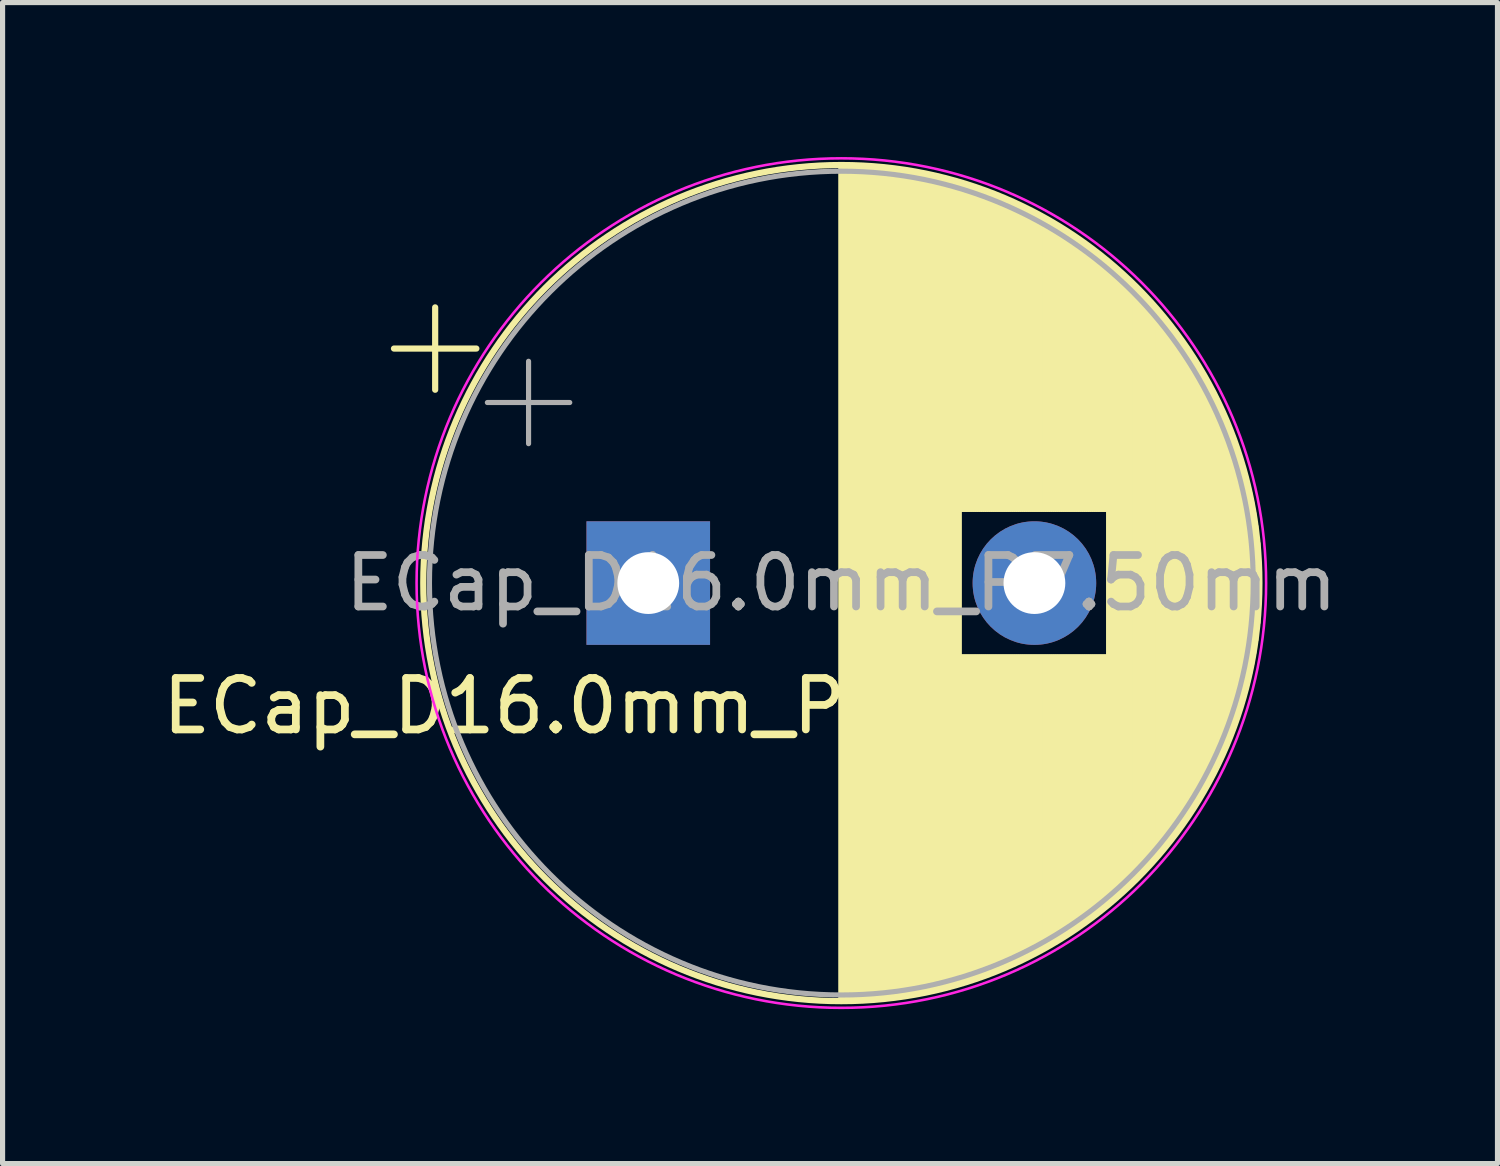
<source format=kicad_pcb>
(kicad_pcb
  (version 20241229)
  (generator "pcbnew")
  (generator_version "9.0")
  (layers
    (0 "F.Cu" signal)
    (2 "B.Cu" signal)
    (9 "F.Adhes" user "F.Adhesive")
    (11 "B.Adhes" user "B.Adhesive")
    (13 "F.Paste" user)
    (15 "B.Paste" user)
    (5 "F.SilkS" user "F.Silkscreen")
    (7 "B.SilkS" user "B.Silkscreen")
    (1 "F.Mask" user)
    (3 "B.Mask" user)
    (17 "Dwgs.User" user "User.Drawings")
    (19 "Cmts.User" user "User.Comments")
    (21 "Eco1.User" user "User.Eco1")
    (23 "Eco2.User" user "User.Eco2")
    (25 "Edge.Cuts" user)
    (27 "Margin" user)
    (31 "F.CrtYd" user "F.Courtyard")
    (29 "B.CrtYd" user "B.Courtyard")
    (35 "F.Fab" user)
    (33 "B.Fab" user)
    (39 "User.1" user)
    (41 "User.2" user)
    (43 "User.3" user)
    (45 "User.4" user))
  (footprint "ECap_D16.0mm_P7.50mm"
    (layer "F.Cu")
    (at 9.541 8.275)
    (property "Reference" "ECap_D16.0mm_P7.50mm" (at 0.203 2.388 0) (layer "F.SilkS") (effects (font (size 1 1) (thickness 0.15))))
    (attr through_hole)
    (fp_line (start -4.939 -4.555) (end -3.339 -4.555) (stroke (width 0.12) (type solid)) (layer "F.SilkS"))
    (fp_line (start -4.139 -5.355) (end -4.139 -3.755) (stroke (width 0.12) (type solid)) (layer "F.SilkS"))
    (fp_line (start 3.75 -8.081) (end 3.75 8.081) (stroke (width 0.12) (type solid)) (layer "F.SilkS"))
    (fp_line (start 3.79 -8.08) (end 3.79 8.08) (stroke (width 0.12) (type solid)) (layer "F.SilkS"))
    (fp_line (start 3.83 -8.08) (end 3.83 8.08) (stroke (width 0.12) (type solid)) (layer "F.SilkS"))
    (fp_line (start 3.87 -8.08) (end 3.87 8.08) (stroke (width 0.12) (type solid)) (layer "F.SilkS"))
    (fp_line (start 3.91 -8.079) (end 3.91 8.079) (stroke (width 0.12) (type solid)) (layer "F.SilkS"))
    (fp_line (start 3.95 -8.078) (end 3.95 8.078) (stroke (width 0.12) (type solid)) (layer "F.SilkS"))
    (fp_line (start 3.99 -8.077) (end 3.99 8.077) (stroke (width 0.12) (type solid)) (layer "F.SilkS"))
    (fp_line (start 4.03 -8.076) (end 4.03 8.076) (stroke (width 0.12) (type solid)) (layer "F.SilkS"))
    (fp_line (start 4.07 -8.074) (end 4.07 8.074) (stroke (width 0.12) (type solid)) (layer "F.SilkS"))
    (fp_line (start 4.11 -8.073) (end 4.11 8.073) (stroke (width 0.12) (type solid)) (layer "F.SilkS"))
    (fp_line (start 4.15 -8.071) (end 4.15 8.071) (stroke (width 0.12) (type solid)) (layer "F.SilkS"))
    (fp_line (start 4.19 -8.069) (end 4.19 8.069) (stroke (width 0.12) (type solid)) (layer "F.SilkS"))
    (fp_line (start 4.23 -8.066) (end 4.23 8.066) (stroke (width 0.12) (type solid)) (layer "F.SilkS"))
    (fp_line (start 4.27 -8.064) (end 4.27 8.064) (stroke (width 0.12) (type solid)) (layer "F.SilkS"))
    (fp_line (start 4.31 -8.061) (end 4.31 8.061) (stroke (width 0.12) (type solid)) (layer "F.SilkS"))
    (fp_line (start 4.35 -8.058) (end 4.35 8.058) (stroke (width 0.12) (type solid)) (layer "F.SilkS"))
    (fp_line (start 4.39 -8.055) (end 4.39 8.055) (stroke (width 0.12) (type solid)) (layer "F.SilkS"))
    (fp_line (start 4.43 -8.052) (end 4.43 8.052) (stroke (width 0.12) (type solid)) (layer "F.SilkS"))
    (fp_line (start 4.471 -8.049) (end 4.471 8.049) (stroke (width 0.12) (type solid)) (layer "F.SilkS"))
    (fp_line (start 4.511 -8.045) (end 4.511 8.045) (stroke (width 0.12) (type solid)) (layer "F.SilkS"))
    (fp_line (start 4.551 -8.041) (end 4.551 8.041) (stroke (width 0.12) (type solid)) (layer "F.SilkS"))
    (fp_line (start 4.591 -8.037) (end 4.591 8.037) (stroke (width 0.12) (type solid)) (layer "F.SilkS"))
    (fp_line (start 4.631 -8.033) (end 4.631 8.033) (stroke (width 0.12) (type solid)) (layer "F.SilkS"))
    (fp_line (start 4.671 -8.028) (end 4.671 8.028) (stroke (width 0.12) (type solid)) (layer "F.SilkS"))
    (fp_line (start 4.711 -8.024) (end 4.711 8.024) (stroke (width 0.12) (type solid)) (layer "F.SilkS"))
    (fp_line (start 4.751 -8.019) (end 4.751 8.019) (stroke (width 0.12) (type solid)) (layer "F.SilkS"))
    (fp_line (start 4.791 -8.014) (end 4.791 8.014) (stroke (width 0.12) (type solid)) (layer "F.SilkS"))
    (fp_line (start 4.831 -8.008) (end 4.831 8.008) (stroke (width 0.12) (type solid)) (layer "F.SilkS"))
    (fp_line (start 4.871 -8.003) (end 4.871 8.003) (stroke (width 0.12) (type solid)) (layer "F.SilkS"))
    (fp_line (start 4.911 -7.997) (end 4.911 7.997) (stroke (width 0.12) (type solid)) (layer "F.SilkS"))
    (fp_line (start 4.951 -7.991) (end 4.951 7.991) (stroke (width 0.12) (type solid)) (layer "F.SilkS"))
    (fp_line (start 4.991 -7.985) (end 4.991 7.985) (stroke (width 0.12) (type solid)) (layer "F.SilkS"))
    (fp_line (start 5.031 -7.979) (end 5.031 7.979) (stroke (width 0.12) (type solid)) (layer "F.SilkS"))
    (fp_line (start 5.071 -7.972) (end 5.071 7.972) (stroke (width 0.12) (type solid)) (layer "F.SilkS"))
    (fp_line (start 5.111 -7.966) (end 5.111 7.966) (stroke (width 0.12) (type solid)) (layer "F.SilkS"))
    (fp_line (start 5.151 -7.959) (end 5.151 7.959) (stroke (width 0.12) (type solid)) (layer "F.SilkS"))
    (fp_line (start 5.191 -7.952) (end 5.191 7.952) (stroke (width 0.12) (type solid)) (layer "F.SilkS"))
    (fp_line (start 5.231 -7.944) (end 5.231 7.944) (stroke (width 0.12) (type solid)) (layer "F.SilkS"))
    (fp_line (start 5.271 -7.937) (end 5.271 7.937) (stroke (width 0.12) (type solid)) (layer "F.SilkS"))
    (fp_line (start 5.311 -7.929) (end 5.311 7.929) (stroke (width 0.12) (type solid)) (layer "F.SilkS"))
    (fp_line (start 5.351 -7.921) (end 5.351 7.921) (stroke (width 0.12) (type solid)) (layer "F.SilkS"))
    (fp_line (start 5.391 -7.913) (end 5.391 7.913) (stroke (width 0.12) (type solid)) (layer "F.SilkS"))
    (fp_line (start 5.431 -7.905) (end 5.431 7.905) (stroke (width 0.12) (type solid)) (layer "F.SilkS"))
    (fp_line (start 5.471 -7.896) (end 5.471 7.896) (stroke (width 0.12) (type solid)) (layer "F.SilkS"))
    (fp_line (start 5.511 -7.887) (end 5.511 7.887) (stroke (width 0.12) (type solid)) (layer "F.SilkS"))
    (fp_line (start 5.551 -7.878) (end 5.551 7.878) (stroke (width 0.12) (type solid)) (layer "F.SilkS"))
    (fp_line (start 5.591 -7.869) (end 5.591 7.869) (stroke (width 0.12) (type solid)) (layer "F.SilkS"))
    (fp_line (start 5.631 -7.86) (end 5.631 7.86) (stroke (width 0.12) (type solid)) (layer "F.SilkS"))
    (fp_line (start 5.671 -7.85) (end 5.671 7.85) (stroke (width 0.12) (type solid)) (layer "F.SilkS"))
    (fp_line (start 5.711 -7.84) (end 5.711 7.84) (stroke (width 0.12) (type solid)) (layer "F.SilkS"))
    (fp_line (start 5.751 -7.83) (end 5.751 7.83) (stroke (width 0.12) (type solid)) (layer "F.SilkS"))
    (fp_line (start 5.791 -7.82) (end 5.791 7.82) (stroke (width 0.12) (type solid)) (layer "F.SilkS"))
    (fp_line (start 5.831 -7.81) (end 5.831 7.81) (stroke (width 0.12) (type solid)) (layer "F.SilkS"))
    (fp_line (start 5.871 -7.799) (end 5.871 7.799) (stroke (width 0.12) (type solid)) (layer "F.SilkS"))
    (fp_line (start 5.911 -7.788) (end 5.911 7.788) (stroke (width 0.12) (type solid)) (layer "F.SilkS"))
    (fp_line (start 5.951 -7.777) (end 5.951 7.777) (stroke (width 0.12) (type solid)) (layer "F.SilkS"))
    (fp_line (start 5.991 -7.765) (end 5.991 7.765) (stroke (width 0.12) (type solid)) (layer "F.SilkS"))
    (fp_line (start 6.031 -7.754) (end 6.031 7.754) (stroke (width 0.12) (type solid)) (layer "F.SilkS"))
    (fp_line (start 6.071 -7.742) (end 6.071 -1.44) (stroke (width 0.12) (type solid)) (layer "F.SilkS"))
    (fp_line (start 6.071 1.44) (end 6.071 7.742) (stroke (width 0.12) (type solid)) (layer "F.SilkS"))
    (fp_line (start 6.111 -7.73) (end 6.111 -1.44) (stroke (width 0.12) (type solid)) (layer "F.SilkS"))
    (fp_line (start 6.111 1.44) (end 6.111 7.73) (stroke (width 0.12) (type solid)) (layer "F.SilkS"))
    (fp_line (start 6.151 -7.718) (end 6.151 -1.44) (stroke (width 0.12) (type solid)) (layer "F.SilkS"))
    (fp_line (start 6.151 1.44) (end 6.151 7.718) (stroke (width 0.12) (type solid)) (layer "F.SilkS"))
    (fp_line (start 6.191 -7.705) (end 6.191 -1.44) (stroke (width 0.12) (type solid)) (layer "F.SilkS"))
    (fp_line (start 6.191 1.44) (end 6.191 7.705) (stroke (width 0.12) (type solid)) (layer "F.SilkS"))
    (fp_line (start 6.231 -7.693) (end 6.231 -1.44) (stroke (width 0.12) (type solid)) (layer "F.SilkS"))
    (fp_line (start 6.231 1.44) (end 6.231 7.693) (stroke (width 0.12) (type solid)) (layer "F.SilkS"))
    (fp_line (start 6.271 -7.68) (end 6.271 -1.44) (stroke (width 0.12) (type solid)) (layer "F.SilkS"))
    (fp_line (start 6.271 1.44) (end 6.271 7.68) (stroke (width 0.12) (type solid)) (layer "F.SilkS"))
    (fp_line (start 6.311 -7.666) (end 6.311 -1.44) (stroke (width 0.12) (type solid)) (layer "F.SilkS"))
    (fp_line (start 6.311 1.44) (end 6.311 7.666) (stroke (width 0.12) (type solid)) (layer "F.SilkS"))
    (fp_line (start 6.351 -7.653) (end 6.351 -1.44) (stroke (width 0.12) (type solid)) (layer "F.SilkS"))
    (fp_line (start 6.351 1.44) (end 6.351 7.653) (stroke (width 0.12) (type solid)) (layer "F.SilkS"))
    (fp_line (start 6.391 -7.639) (end 6.391 -1.44) (stroke (width 0.12) (type solid)) (layer "F.SilkS"))
    (fp_line (start 6.391 1.44) (end 6.391 7.639) (stroke (width 0.12) (type solid)) (layer "F.SilkS"))
    (fp_line (start 6.431 -7.625) (end 6.431 -1.44) (stroke (width 0.12) (type solid)) (layer "F.SilkS"))
    (fp_line (start 6.431 1.44) (end 6.431 7.625) (stroke (width 0.12) (type solid)) (layer "F.SilkS"))
    (fp_line (start 6.471 -7.611) (end 6.471 -1.44) (stroke (width 0.12) (type solid)) (layer "F.SilkS"))
    (fp_line (start 6.471 1.44) (end 6.471 7.611) (stroke (width 0.12) (type solid)) (layer "F.SilkS"))
    (fp_line (start 6.511 -7.597) (end 6.511 -1.44) (stroke (width 0.12) (type solid)) (layer "F.SilkS"))
    (fp_line (start 6.511 1.44) (end 6.511 7.597) (stroke (width 0.12) (type solid)) (layer "F.SilkS"))
    (fp_line (start 6.551 -7.582) (end 6.551 -1.44) (stroke (width 0.12) (type solid)) (layer "F.SilkS"))
    (fp_line (start 6.551 1.44) (end 6.551 7.582) (stroke (width 0.12) (type solid)) (layer "F.SilkS"))
    (fp_line (start 6.591 -7.568) (end 6.591 -1.44) (stroke (width 0.12) (type solid)) (layer "F.SilkS"))
    (fp_line (start 6.591 1.44) (end 6.591 7.568) (stroke (width 0.12) (type solid)) (layer "F.SilkS"))
    (fp_line (start 6.631 -7.553) (end 6.631 -1.44) (stroke (width 0.12) (type solid)) (layer "F.SilkS"))
    (fp_line (start 6.631 1.44) (end 6.631 7.553) (stroke (width 0.12) (type solid)) (layer "F.SilkS"))
    (fp_line (start 6.671 -7.537) (end 6.671 -1.44) (stroke (width 0.12) (type solid)) (layer "F.SilkS"))
    (fp_line (start 6.671 1.44) (end 6.671 7.537) (stroke (width 0.12) (type solid)) (layer "F.SilkS"))
    (fp_line (start 6.711 -7.522) (end 6.711 -1.44) (stroke (width 0.12) (type solid)) (layer "F.SilkS"))
    (fp_line (start 6.711 1.44) (end 6.711 7.522) (stroke (width 0.12) (type solid)) (layer "F.SilkS"))
    (fp_line (start 6.751 -7.506) (end 6.751 -1.44) (stroke (width 0.12) (type solid)) (layer "F.SilkS"))
    (fp_line (start 6.751 1.44) (end 6.751 7.506) (stroke (width 0.12) (type solid)) (layer "F.SilkS"))
    (fp_line (start 6.791 -7.49) (end 6.791 -1.44) (stroke (width 0.12) (type solid)) (layer "F.SilkS"))
    (fp_line (start 6.791 1.44) (end 6.791 7.49) (stroke (width 0.12) (type solid)) (layer "F.SilkS"))
    (fp_line (start 6.831 -7.474) (end 6.831 -1.44) (stroke (width 0.12) (type solid)) (layer "F.SilkS"))
    (fp_line (start 6.831 1.44) (end 6.831 7.474) (stroke (width 0.12) (type solid)) (layer "F.SilkS"))
    (fp_line (start 6.871 -7.457) (end 6.871 -1.44) (stroke (width 0.12) (type solid)) (layer "F.SilkS"))
    (fp_line (start 6.871 1.44) (end 6.871 7.457) (stroke (width 0.12) (type solid)) (layer "F.SilkS"))
    (fp_line (start 6.911 -7.44) (end 6.911 -1.44) (stroke (width 0.12) (type solid)) (layer "F.SilkS"))
    (fp_line (start 6.911 1.44) (end 6.911 7.44) (stroke (width 0.12) (type solid)) (layer "F.SilkS"))
    (fp_line (start 6.951 -7.423) (end 6.951 -1.44) (stroke (width 0.12) (type solid)) (layer "F.SilkS"))
    (fp_line (start 6.951 1.44) (end 6.951 7.423) (stroke (width 0.12) (type solid)) (layer "F.SilkS"))
    (fp_line (start 6.991 -7.406) (end 6.991 -1.44) (stroke (width 0.12) (type solid)) (layer "F.SilkS"))
    (fp_line (start 6.991 1.44) (end 6.991 7.406) (stroke (width 0.12) (type solid)) (layer "F.SilkS"))
    (fp_line (start 7.031 -7.389) (end 7.031 -1.44) (stroke (width 0.12) (type solid)) (layer "F.SilkS"))
    (fp_line (start 7.031 1.44) (end 7.031 7.389) (stroke (width 0.12) (type solid)) (layer "F.SilkS"))
    (fp_line (start 7.071 -7.371) (end 7.071 -1.44) (stroke (width 0.12) (type solid)) (layer "F.SilkS"))
    (fp_line (start 7.071 1.44) (end 7.071 7.371) (stroke (width 0.12) (type solid)) (layer "F.SilkS"))
    (fp_line (start 7.111 -7.353) (end 7.111 -1.44) (stroke (width 0.12) (type solid)) (layer "F.SilkS"))
    (fp_line (start 7.111 1.44) (end 7.111 7.353) (stroke (width 0.12) (type solid)) (layer "F.SilkS"))
    (fp_line (start 7.151 -7.334) (end 7.151 -1.44) (stroke (width 0.12) (type solid)) (layer "F.SilkS"))
    (fp_line (start 7.151 1.44) (end 7.151 7.334) (stroke (width 0.12) (type solid)) (layer "F.SilkS"))
    (fp_line (start 7.191 -7.316) (end 7.191 -1.44) (stroke (width 0.12) (type solid)) (layer "F.SilkS"))
    (fp_line (start 7.191 1.44) (end 7.191 7.316) (stroke (width 0.12) (type solid)) (layer "F.SilkS"))
    (fp_line (start 7.231 -7.297) (end 7.231 -1.44) (stroke (width 0.12) (type solid)) (layer "F.SilkS"))
    (fp_line (start 7.231 1.44) (end 7.231 7.297) (stroke (width 0.12) (type solid)) (layer "F.SilkS"))
    (fp_line (start 7.271 -7.278) (end 7.271 -1.44) (stroke (width 0.12) (type solid)) (layer "F.SilkS"))
    (fp_line (start 7.271 1.44) (end 7.271 7.278) (stroke (width 0.12) (type solid)) (layer "F.SilkS"))
    (fp_line (start 7.311 -7.258) (end 7.311 -1.44) (stroke (width 0.12) (type solid)) (layer "F.SilkS"))
    (fp_line (start 7.311 1.44) (end 7.311 7.258) (stroke (width 0.12) (type solid)) (layer "F.SilkS"))
    (fp_line (start 7.351 -7.239) (end 7.351 -1.44) (stroke (width 0.12) (type solid)) (layer "F.SilkS"))
    (fp_line (start 7.351 1.44) (end 7.351 7.239) (stroke (width 0.12) (type solid)) (layer "F.SilkS"))
    (fp_line (start 7.391 -7.219) (end 7.391 -1.44) (stroke (width 0.12) (type solid)) (layer "F.SilkS"))
    (fp_line (start 7.391 1.44) (end 7.391 7.219) (stroke (width 0.12) (type solid)) (layer "F.SilkS"))
    (fp_line (start 7.431 -7.199) (end 7.431 -1.44) (stroke (width 0.12) (type solid)) (layer "F.SilkS"))
    (fp_line (start 7.431 1.44) (end 7.431 7.199) (stroke (width 0.12) (type solid)) (layer "F.SilkS"))
    (fp_line (start 7.471 -7.178) (end 7.471 -1.44) (stroke (width 0.12) (type solid)) (layer "F.SilkS"))
    (fp_line (start 7.471 1.44) (end 7.471 7.178) (stroke (width 0.12) (type solid)) (layer "F.SilkS"))
    (fp_line (start 7.511 -7.157) (end 7.511 -1.44) (stroke (width 0.12) (type solid)) (layer "F.SilkS"))
    (fp_line (start 7.511 1.44) (end 7.511 7.157) (stroke (width 0.12) (type solid)) (layer "F.SilkS"))
    (fp_line (start 7.551 -7.136) (end 7.551 -1.44) (stroke (width 0.12) (type solid)) (layer "F.SilkS"))
    (fp_line (start 7.551 1.44) (end 7.551 7.136) (stroke (width 0.12) (type solid)) (layer "F.SilkS"))
    (fp_line (start 7.591 -7.115) (end 7.591 -1.44) (stroke (width 0.12) (type solid)) (layer "F.SilkS"))
    (fp_line (start 7.591 1.44) (end 7.591 7.115) (stroke (width 0.12) (type solid)) (layer "F.SilkS"))
    (fp_line (start 7.631 -7.094) (end 7.631 -1.44) (stroke (width 0.12) (type solid)) (layer "F.SilkS"))
    (fp_line (start 7.631 1.44) (end 7.631 7.094) (stroke (width 0.12) (type solid)) (layer "F.SilkS"))
    (fp_line (start 7.671 -7.072) (end 7.671 -1.44) (stroke (width 0.12) (type solid)) (layer "F.SilkS"))
    (fp_line (start 7.671 1.44) (end 7.671 7.072) (stroke (width 0.12) (type solid)) (layer "F.SilkS"))
    (fp_line (start 7.711 -7.049) (end 7.711 -1.44) (stroke (width 0.12) (type solid)) (layer "F.SilkS"))
    (fp_line (start 7.711 1.44) (end 7.711 7.049) (stroke (width 0.12) (type solid)) (layer "F.SilkS"))
    (fp_line (start 7.751 -7.027) (end 7.751 -1.44) (stroke (width 0.12) (type solid)) (layer "F.SilkS"))
    (fp_line (start 7.751 1.44) (end 7.751 7.027) (stroke (width 0.12) (type solid)) (layer "F.SilkS"))
    (fp_line (start 7.791 -7.004) (end 7.791 -1.44) (stroke (width 0.12) (type solid)) (layer "F.SilkS"))
    (fp_line (start 7.791 1.44) (end 7.791 7.004) (stroke (width 0.12) (type solid)) (layer "F.SilkS"))
    (fp_line (start 7.831 -6.981) (end 7.831 -1.44) (stroke (width 0.12) (type solid)) (layer "F.SilkS"))
    (fp_line (start 7.831 1.44) (end 7.831 6.981) (stroke (width 0.12) (type solid)) (layer "F.SilkS"))
    (fp_line (start 7.871 -6.958) (end 7.871 -1.44) (stroke (width 0.12) (type solid)) (layer "F.SilkS"))
    (fp_line (start 7.871 1.44) (end 7.871 6.958) (stroke (width 0.12) (type solid)) (layer "F.SilkS"))
    (fp_line (start 7.911 -6.934) (end 7.911 -1.44) (stroke (width 0.12) (type solid)) (layer "F.SilkS"))
    (fp_line (start 7.911 1.44) (end 7.911 6.934) (stroke (width 0.12) (type solid)) (layer "F.SilkS"))
    (fp_line (start 7.951 -6.91) (end 7.951 -1.44) (stroke (width 0.12) (type solid)) (layer "F.SilkS"))
    (fp_line (start 7.951 1.44) (end 7.951 6.91) (stroke (width 0.12) (type solid)) (layer "F.SilkS"))
    (fp_line (start 7.991 -6.886) (end 7.991 -1.44) (stroke (width 0.12) (type solid)) (layer "F.SilkS"))
    (fp_line (start 7.991 1.44) (end 7.991 6.886) (stroke (width 0.12) (type solid)) (layer "F.SilkS"))
    (fp_line (start 8.031 -6.861) (end 8.031 -1.44) (stroke (width 0.12) (type solid)) (layer "F.SilkS"))
    (fp_line (start 8.031 1.44) (end 8.031 6.861) (stroke (width 0.12) (type solid)) (layer "F.SilkS"))
    (fp_line (start 8.071 -6.836) (end 8.071 -1.44) (stroke (width 0.12) (type solid)) (layer "F.SilkS"))
    (fp_line (start 8.071 1.44) (end 8.071 6.836) (stroke (width 0.12) (type solid)) (layer "F.SilkS"))
    (fp_line (start 8.111 -6.811) (end 8.111 -1.44) (stroke (width 0.12) (type solid)) (layer "F.SilkS"))
    (fp_line (start 8.111 1.44) (end 8.111 6.811) (stroke (width 0.12) (type solid)) (layer "F.SilkS"))
    (fp_line (start 8.151 -6.785) (end 8.151 -1.44) (stroke (width 0.12) (type solid)) (layer "F.SilkS"))
    (fp_line (start 8.151 1.44) (end 8.151 6.785) (stroke (width 0.12) (type solid)) (layer "F.SilkS"))
    (fp_line (start 8.191 -6.759) (end 8.191 -1.44) (stroke (width 0.12) (type solid)) (layer "F.SilkS"))
    (fp_line (start 8.191 1.44) (end 8.191 6.759) (stroke (width 0.12) (type solid)) (layer "F.SilkS"))
    (fp_line (start 8.231 -6.733) (end 8.231 -1.44) (stroke (width 0.12) (type solid)) (layer "F.SilkS"))
    (fp_line (start 8.231 1.44) (end 8.231 6.733) (stroke (width 0.12) (type solid)) (layer "F.SilkS"))
    (fp_line (start 8.271 -6.706) (end 8.271 -1.44) (stroke (width 0.12) (type solid)) (layer "F.SilkS"))
    (fp_line (start 8.271 1.44) (end 8.271 6.706) (stroke (width 0.12) (type solid)) (layer "F.SilkS"))
    (fp_line (start 8.311 -6.679) (end 8.311 -1.44) (stroke (width 0.12) (type solid)) (layer "F.SilkS"))
    (fp_line (start 8.311 1.44) (end 8.311 6.679) (stroke (width 0.12) (type solid)) (layer "F.SilkS"))
    (fp_line (start 8.351 -6.652) (end 8.351 -1.44) (stroke (width 0.12) (type solid)) (layer "F.SilkS"))
    (fp_line (start 8.351 1.44) (end 8.351 6.652) (stroke (width 0.12) (type solid)) (layer "F.SilkS"))
    (fp_line (start 8.391 -6.624) (end 8.391 -1.44) (stroke (width 0.12) (type solid)) (layer "F.SilkS"))
    (fp_line (start 8.391 1.44) (end 8.391 6.624) (stroke (width 0.12) (type solid)) (layer "F.SilkS"))
    (fp_line (start 8.431 -6.596) (end 8.431 -1.44) (stroke (width 0.12) (type solid)) (layer "F.SilkS"))
    (fp_line (start 8.431 1.44) (end 8.431 6.596) (stroke (width 0.12) (type solid)) (layer "F.SilkS"))
    (fp_line (start 8.471 -6.568) (end 8.471 -1.44) (stroke (width 0.12) (type solid)) (layer "F.SilkS"))
    (fp_line (start 8.471 1.44) (end 8.471 6.568) (stroke (width 0.12) (type solid)) (layer "F.SilkS"))
    (fp_line (start 8.511 -6.539) (end 8.511 -1.44) (stroke (width 0.12) (type solid)) (layer "F.SilkS"))
    (fp_line (start 8.511 1.44) (end 8.511 6.539) (stroke (width 0.12) (type solid)) (layer "F.SilkS"))
    (fp_line (start 8.551 -6.51) (end 8.551 -1.44) (stroke (width 0.12) (type solid)) (layer "F.SilkS"))
    (fp_line (start 8.551 1.44) (end 8.551 6.51) (stroke (width 0.12) (type solid)) (layer "F.SilkS"))
    (fp_line (start 8.591 -6.48) (end 8.591 -1.44) (stroke (width 0.12) (type solid)) (layer "F.SilkS"))
    (fp_line (start 8.591 1.44) (end 8.591 6.48) (stroke (width 0.12) (type solid)) (layer "F.SilkS"))
    (fp_line (start 8.631 -6.45) (end 8.631 -1.44) (stroke (width 0.12) (type solid)) (layer "F.SilkS"))
    (fp_line (start 8.631 1.44) (end 8.631 6.45) (stroke (width 0.12) (type solid)) (layer "F.SilkS"))
    (fp_line (start 8.671 -6.42) (end 8.671 -1.44) (stroke (width 0.12) (type solid)) (layer "F.SilkS"))
    (fp_line (start 8.671 1.44) (end 8.671 6.42) (stroke (width 0.12) (type solid)) (layer "F.SilkS"))
    (fp_line (start 8.711 -6.39) (end 8.711 -1.44) (stroke (width 0.12) (type solid)) (layer "F.SilkS"))
    (fp_line (start 8.711 1.44) (end 8.711 6.39) (stroke (width 0.12) (type solid)) (layer "F.SilkS"))
    (fp_line (start 8.751 -6.358) (end 8.751 -1.44) (stroke (width 0.12) (type solid)) (layer "F.SilkS"))
    (fp_line (start 8.751 1.44) (end 8.751 6.358) (stroke (width 0.12) (type solid)) (layer "F.SilkS"))
    (fp_line (start 8.791 -6.327) (end 8.791 -1.44) (stroke (width 0.12) (type solid)) (layer "F.SilkS"))
    (fp_line (start 8.791 1.44) (end 8.791 6.327) (stroke (width 0.12) (type solid)) (layer "F.SilkS"))
    (fp_line (start 8.831 -6.295) (end 8.831 -1.44) (stroke (width 0.12) (type solid)) (layer "F.SilkS"))
    (fp_line (start 8.831 1.44) (end 8.831 6.295) (stroke (width 0.12) (type solid)) (layer "F.SilkS"))
    (fp_line (start 8.871 -6.263) (end 8.871 -1.44) (stroke (width 0.12) (type solid)) (layer "F.SilkS"))
    (fp_line (start 8.871 1.44) (end 8.871 6.263) (stroke (width 0.12) (type solid)) (layer "F.SilkS"))
    (fp_line (start 8.911 -6.23) (end 8.911 -1.44) (stroke (width 0.12) (type solid)) (layer "F.SilkS"))
    (fp_line (start 8.911 1.44) (end 8.911 6.23) (stroke (width 0.12) (type solid)) (layer "F.SilkS"))
    (fp_line (start 8.951 -6.197) (end 8.951 6.197) (stroke (width 0.12) (type solid)) (layer "F.SilkS"))
    (fp_line (start 8.991 -6.163) (end 8.991 6.163) (stroke (width 0.12) (type solid)) (layer "F.SilkS"))
    (fp_line (start 9.031 -6.129) (end 9.031 6.129) (stroke (width 0.12) (type solid)) (layer "F.SilkS"))
    (fp_line (start 9.071 -6.095) (end 9.071 6.095) (stroke (width 0.12) (type solid)) (layer "F.SilkS"))
    (fp_line (start 9.111 -6.06) (end 9.111 6.06) (stroke (width 0.12) (type solid)) (layer "F.SilkS"))
    (fp_line (start 9.151 -6.025) (end 9.151 6.025) (stroke (width 0.12) (type solid)) (layer "F.SilkS"))
    (fp_line (start 9.191 -5.989) (end 9.191 5.989) (stroke (width 0.12) (type solid)) (layer "F.SilkS"))
    (fp_line (start 9.231 -5.952) (end 9.231 5.952) (stroke (width 0.12) (type solid)) (layer "F.SilkS"))
    (fp_line (start 9.271 -5.916) (end 9.271 5.916) (stroke (width 0.12) (type solid)) (layer "F.SilkS"))
    (fp_line (start 9.311 -5.878) (end 9.311 5.878) (stroke (width 0.12) (type solid)) (layer "F.SilkS"))
    (fp_line (start 9.351 -5.84) (end 9.351 5.84) (stroke (width 0.12) (type solid)) (layer "F.SilkS"))
    (fp_line (start 9.391 -5.802) (end 9.391 5.802) (stroke (width 0.12) (type solid)) (layer "F.SilkS"))
    (fp_line (start 9.431 -5.763) (end 9.431 5.763) (stroke (width 0.12) (type solid)) (layer "F.SilkS"))
    (fp_line (start 9.471 -5.724) (end 9.471 5.724) (stroke (width 0.12) (type solid)) (layer "F.SilkS"))
    (fp_line (start 9.511 -5.684) (end 9.511 5.684) (stroke (width 0.12) (type solid)) (layer "F.SilkS"))
    (fp_line (start 9.551 -5.643) (end 9.551 5.643) (stroke (width 0.12) (type solid)) (layer "F.SilkS"))
    (fp_line (start 9.591 -5.602) (end 9.591 5.602) (stroke (width 0.12) (type solid)) (layer "F.SilkS"))
    (fp_line (start 9.631 -5.56) (end 9.631 5.56) (stroke (width 0.12) (type solid)) (layer "F.SilkS"))
    (fp_line (start 9.671 -5.518) (end 9.671 5.518) (stroke (width 0.12) (type solid)) (layer "F.SilkS"))
    (fp_line (start 9.711 -5.475) (end 9.711 5.475) (stroke (width 0.12) (type solid)) (layer "F.SilkS"))
    (fp_line (start 9.751 -5.432) (end 9.751 5.432) (stroke (width 0.12) (type solid)) (layer "F.SilkS"))
    (fp_line (start 9.791 -5.388) (end 9.791 5.388) (stroke (width 0.12) (type solid)) (layer "F.SilkS"))
    (fp_line (start 9.831 -5.343) (end 9.831 5.343) (stroke (width 0.12) (type solid)) (layer "F.SilkS"))
    (fp_line (start 9.871 -5.297) (end 9.871 5.297) (stroke (width 0.12) (type solid)) (layer "F.SilkS"))
    (fp_line (start 9.911 -5.251) (end 9.911 5.251) (stroke (width 0.12) (type solid)) (layer "F.SilkS"))
    (fp_line (start 9.951 -5.204) (end 9.951 5.204) (stroke (width 0.12) (type solid)) (layer "F.SilkS"))
    (fp_line (start 9.991 -5.156) (end 9.991 5.156) (stroke (width 0.12) (type solid)) (layer "F.SilkS"))
    (fp_line (start 10.031 -5.108) (end 10.031 5.108) (stroke (width 0.12) (type solid)) (layer "F.SilkS"))
    (fp_line (start 10.071 -5.059) (end 10.071 5.059) (stroke (width 0.12) (type solid)) (layer "F.SilkS"))
    (fp_line (start 10.111 -5.009) (end 10.111 5.009) (stroke (width 0.12) (type solid)) (layer "F.SilkS"))
    (fp_line (start 10.151 -4.958) (end 10.151 4.958) (stroke (width 0.12) (type solid)) (layer "F.SilkS"))
    (fp_line (start 10.191 -4.906) (end 10.191 4.906) (stroke (width 0.12) (type solid)) (layer "F.SilkS"))
    (fp_line (start 10.231 -4.854) (end 10.231 4.854) (stroke (width 0.12) (type solid)) (layer "F.SilkS"))
    (fp_line (start 10.271 -4.8) (end 10.271 4.8) (stroke (width 0.12) (type solid)) (layer "F.SilkS"))
    (fp_line (start 10.311 -4.746) (end 10.311 4.746) (stroke (width 0.12) (type solid)) (layer "F.SilkS"))
    (fp_line (start 10.351 -4.691) (end 10.351 4.691) (stroke (width 0.12) (type solid)) (layer "F.SilkS"))
    (fp_line (start 10.391 -4.634) (end 10.391 4.634) (stroke (width 0.12) (type solid)) (layer "F.SilkS"))
    (fp_line (start 10.431 -4.577) (end 10.431 4.577) (stroke (width 0.12) (type solid)) (layer "F.SilkS"))
    (fp_line (start 10.471 -4.519) (end 10.471 4.519) (stroke (width 0.12) (type solid)) (layer "F.SilkS"))
    (fp_line (start 10.511 -4.459) (end 10.511 4.459) (stroke (width 0.12) (type solid)) (layer "F.SilkS"))
    (fp_line (start 10.551 -4.398) (end 10.551 4.398) (stroke (width 0.12) (type solid)) (layer "F.SilkS"))
    (fp_line (start 10.591 -4.336) (end 10.591 4.336) (stroke (width 0.12) (type solid)) (layer "F.SilkS"))
    (fp_line (start 10.631 -4.273) (end 10.631 4.273) (stroke (width 0.12) (type solid)) (layer "F.SilkS"))
    (fp_line (start 10.671 -4.209) (end 10.671 4.209) (stroke (width 0.12) (type solid)) (layer "F.SilkS"))
    (fp_line (start 10.711 -4.143) (end 10.711 4.143) (stroke (width 0.12) (type solid)) (layer "F.SilkS"))
    (fp_line (start 10.751 -4.076) (end 10.751 4.076) (stroke (width 0.12) (type solid)) (layer "F.SilkS"))
    (fp_line (start 10.791 -4.007) (end 10.791 4.007) (stroke (width 0.12) (type solid)) (layer "F.SilkS"))
    (fp_line (start 10.831 -3.936) (end 10.831 3.936) (stroke (width 0.12) (type solid)) (layer "F.SilkS"))
    (fp_line (start 10.871 -3.864) (end 10.871 3.864) (stroke (width 0.12) (type solid)) (layer "F.SilkS"))
    (fp_line (start 10.911 -3.79) (end 10.911 3.79) (stroke (width 0.12) (type solid)) (layer "F.SilkS"))
    (fp_line (start 10.951 -3.715) (end 10.951 3.715) (stroke (width 0.12) (type solid)) (layer "F.SilkS"))
    (fp_line (start 10.991 -3.637) (end 10.991 3.637) (stroke (width 0.12) (type solid)) (layer "F.SilkS"))
    (fp_line (start 11.031 -3.557) (end 11.031 3.557) (stroke (width 0.12) (type solid)) (layer "F.SilkS"))
    (fp_line (start 11.071 -3.475) (end 11.071 3.475) (stroke (width 0.12) (type solid)) (layer "F.SilkS"))
    (fp_line (start 11.111 -3.39) (end 11.111 3.39) (stroke (width 0.12) (type solid)) (layer "F.SilkS"))
    (fp_line (start 11.151 -3.303) (end 11.151 3.303) (stroke (width 0.12) (type solid)) (layer "F.SilkS"))
    (fp_line (start 11.191 -3.213) (end 11.191 3.213) (stroke (width 0.12) (type solid)) (layer "F.SilkS"))
    (fp_line (start 11.231 -3.12) (end 11.231 3.12) (stroke (width 0.12) (type solid)) (layer "F.SilkS"))
    (fp_line (start 11.271 -3.024) (end 11.271 3.024) (stroke (width 0.12) (type solid)) (layer "F.SilkS"))
    (fp_line (start 11.311 -2.924) (end 11.311 2.924) (stroke (width 0.12) (type solid)) (layer "F.SilkS"))
    (fp_line (start 11.351 -2.82) (end 11.351 2.82) (stroke (width 0.12) (type solid)) (layer "F.SilkS"))
    (fp_line (start 11.391 -2.711) (end 11.391 2.711) (stroke (width 0.12) (type solid)) (layer "F.SilkS"))
    (fp_line (start 11.431 -2.597) (end 11.431 2.597) (stroke (width 0.12) (type solid)) (layer "F.SilkS"))
    (fp_line (start 11.471 -2.478) (end 11.471 2.478) (stroke (width 0.12) (type solid)) (layer "F.SilkS"))
    (fp_line (start 11.511 -2.351) (end 11.511 2.351) (stroke (width 0.12) (type solid)) (layer "F.SilkS"))
    (fp_line (start 11.551 -2.218) (end 11.551 2.218) (stroke (width 0.12) (type solid)) (layer "F.SilkS"))
    (fp_line (start 11.591 -2.074) (end 11.591 2.074) (stroke (width 0.12) (type solid)) (layer "F.SilkS"))
    (fp_line (start 11.631 -1.92) (end 11.631 1.92) (stroke (width 0.12) (type solid)) (layer "F.SilkS"))
    (fp_line (start 11.671 -1.752) (end 11.671 1.752) (stroke (width 0.12) (type solid)) (layer "F.SilkS"))
    (fp_line (start 11.711 -1.564) (end 11.711 1.564) (stroke (width 0.12) (type solid)) (layer "F.SilkS"))
    (fp_line (start 11.751 -1.351) (end 11.751 1.351) (stroke (width 0.12) (type solid)) (layer "F.SilkS"))
    (fp_line (start 11.791 -1.098) (end 11.791 1.098) (stroke (width 0.12) (type solid)) (layer "F.SilkS"))
    (fp_line (start 11.831 -0.765) (end 11.831 0.765) (stroke (width 0.12) (type solid)) (layer "F.SilkS"))
    (fp_circle (center 3.75 0) (end 11.87 0) (stroke (width 0.12) (type solid)) (fill no) (layer "F.SilkS"))
    (fp_circle (center 3.75 0) (end 12 0) (stroke (width 0.05) (type solid)) (fill no) (layer "F.CrtYd"))
    (fp_line (start -3.125 -3.507) (end -1.525 -3.507) (stroke (width 0.1) (type solid)) (layer "F.Fab"))
    (fp_line (start -2.325 -4.308) (end -2.325 -2.708) (stroke (width 0.1) (type solid)) (layer "F.Fab"))
    (fp_circle (center 3.75 0) (end 11.75 0) (stroke (width 0.1) (type solid)) (fill no) (layer "F.Fab"))
    (fp_text user "${REFERENCE}" (at 3.75 0 0) (layer "F.Fab") (effects (font (size 1 1) (thickness 0.15))))
    (pad "1" thru_hole rect (at 0 0) (size 2.4 2.4) (drill 1.2) (layers "*.Cu" "*.Mask"))
    (pad "2" thru_hole circle (at 7.5 0) (size 2.4 2.4) (drill 1.2) (layers "*.Cu" "*.Mask")))
  (gr_rect
    (start -3 -3)
    (end 26.035 19.55)
    (stroke (width 0.1) (type default))
    (fill no)
    (layer "Edge.Cuts")))
</source>
